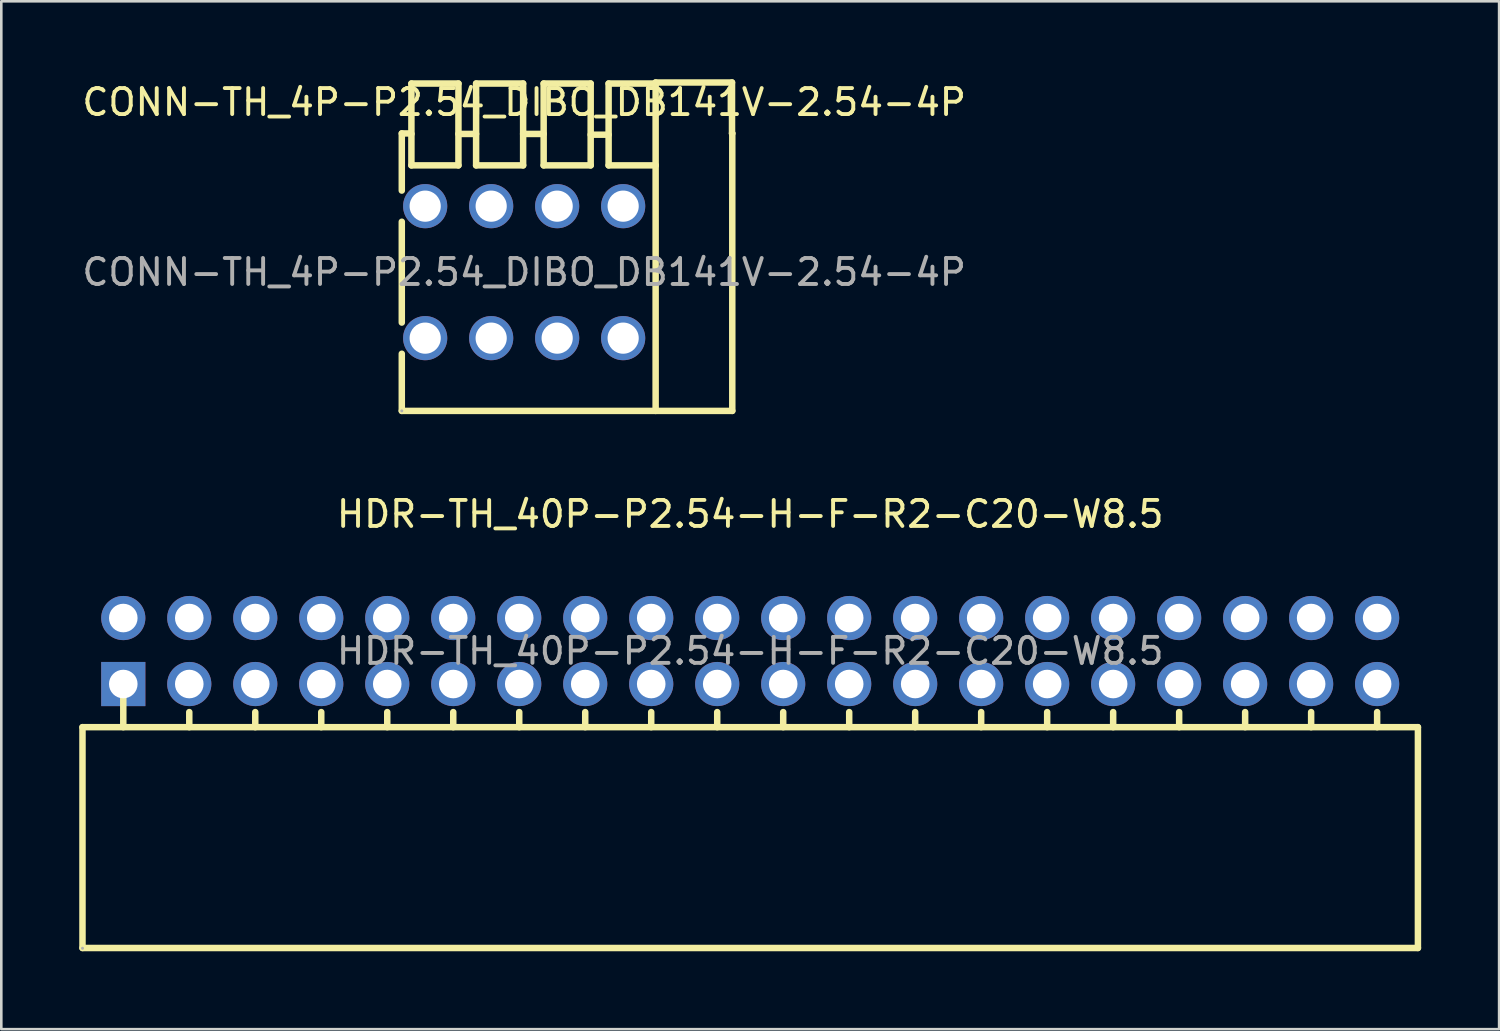
<source format=kicad_pcb>
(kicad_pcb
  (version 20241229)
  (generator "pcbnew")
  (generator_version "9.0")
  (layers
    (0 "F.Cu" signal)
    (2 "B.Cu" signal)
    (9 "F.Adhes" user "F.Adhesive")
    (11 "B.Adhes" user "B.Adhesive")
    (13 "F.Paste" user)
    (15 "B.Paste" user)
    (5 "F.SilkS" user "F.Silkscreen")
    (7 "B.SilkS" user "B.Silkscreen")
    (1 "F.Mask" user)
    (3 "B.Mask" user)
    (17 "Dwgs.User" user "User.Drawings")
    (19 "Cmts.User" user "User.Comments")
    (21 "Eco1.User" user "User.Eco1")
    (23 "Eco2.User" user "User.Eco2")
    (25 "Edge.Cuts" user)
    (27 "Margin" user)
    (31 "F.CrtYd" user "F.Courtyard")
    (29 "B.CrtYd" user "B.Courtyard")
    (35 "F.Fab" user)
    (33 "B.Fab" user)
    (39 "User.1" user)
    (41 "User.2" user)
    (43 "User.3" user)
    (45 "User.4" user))
  (footprint "CONN-TH_4P-P2.54_DIBO_DB141V-2.54-4P"
    (layer "F.Cu")
    (at 17.125 7.425)
    (property "Reference" "CONN-TH_4P-P2.54_DIBO_DB141V-2.54-4P" (at 0 -6.54 0) (layer "F.SilkS") (effects (font (size 1 1) (thickness 0.15))))
    (attr through_hole)
    (fp_line (start -4.71 -5.34) (end -4.36 -5.34) (stroke (width 0.25) (type solid)) (layer "F.SilkS"))
    (fp_line (start -4.71 -3.14) (end -4.71 -5.34) (stroke (width 0.25) (type solid)) (layer "F.SilkS"))
    (fp_line (start -4.71 1.94) (end -4.71 -1.94) (stroke (width 0.25) (type solid)) (layer "F.SilkS"))
    (fp_line (start -4.71 5.34) (end -4.71 3.14) (stroke (width 0.25) (type solid)) (layer "F.SilkS"))
    (fp_line (start -4.71 5.34) (end 8.01 5.34) (stroke (width 0.25) (type solid)) (layer "F.SilkS"))
    (fp_line (start -4.36 -5.34) (end -4.34 -5.32) (stroke (width 0.25) (type solid)) (layer "F.SilkS"))
    (fp_line (start -4.34 -7.26) (end -4.34 -4.11) (stroke (width 0.25) (type solid)) (layer "F.SilkS"))
    (fp_line (start -2.53 -7.26) (end -4.34 -7.26) (stroke (width 0.25) (type solid)) (layer "F.SilkS"))
    (fp_line (start -2.53 -7.26) (end -2.53 -4.11) (stroke (width 0.25) (type solid)) (layer "F.SilkS"))
    (fp_line (start -2.53 -5.32) (end -1.85 -5.32) (stroke (width 0.25) (type solid)) (layer "F.SilkS"))
    (fp_line (start -2.53 -4.11) (end -4.34 -4.11) (stroke (width 0.25) (type solid)) (layer "F.SilkS"))
    (fp_line (start -1.85 -7.26) (end -1.85 -4.11) (stroke (width 0.25) (type solid)) (layer "F.SilkS"))
    (fp_line (start -0.04 -7.26) (end -1.85 -7.26) (stroke (width 0.25) (type solid)) (layer "F.SilkS"))
    (fp_line (start -0.04 -7.26) (end -0.04 -4.11) (stroke (width 0.25) (type solid)) (layer "F.SilkS"))
    (fp_line (start -0.04 -5.32) (end 0.75 -5.32) (stroke (width 0.25) (type solid)) (layer "F.SilkS"))
    (fp_line (start -0.04 -4.11) (end -1.85 -4.11) (stroke (width 0.25) (type solid)) (layer "F.SilkS"))
    (fp_line (start 0.75 -7.26) (end 0.75 -4.11) (stroke (width 0.25) (type solid)) (layer "F.SilkS"))
    (fp_line (start 2.56 -7.26) (end 0.75 -7.26) (stroke (width 0.25) (type solid)) (layer "F.SilkS"))
    (fp_line (start 2.56 -7.26) (end 2.56 -4.11) (stroke (width 0.25) (type solid)) (layer "F.SilkS"))
    (fp_line (start 2.56 -5.29) (end 3.25 -5.29) (stroke (width 0.25) (type solid)) (layer "F.SilkS"))
    (fp_line (start 2.56 -4.11) (end 0.75 -4.11) (stroke (width 0.25) (type solid)) (layer "F.SilkS"))
    (fp_line (start 3.25 -7.26) (end 3.25 -4.11) (stroke (width 0.25) (type solid)) (layer "F.SilkS"))
    (fp_line (start 5.06 -7.3) (end 5.06 -7.26) (stroke (width 0.25) (type solid)) (layer "F.SilkS"))
    (fp_line (start 5.06 -7.26) (end 3.25 -7.26) (stroke (width 0.25) (type solid)) (layer "F.SilkS"))
    (fp_line (start 5.06 -7.26) (end 5.06 -4.11) (stroke (width 0.25) (type solid)) (layer "F.SilkS"))
    (fp_line (start 5.06 -4.11) (end 3.25 -4.11) (stroke (width 0.25) (type solid)) (layer "F.SilkS"))
    (fp_line (start 5.06 -4.11) (end 5.06 5.34) (stroke (width 0.25) (type solid)) (layer "F.SilkS"))
    (fp_line (start 8 -7.3) (end 5.06 -7.3) (stroke (width 0.25) (type solid)) (layer "F.SilkS"))
    (fp_line (start 8 -5.34) (end 8 -7.3) (stroke (width 0.25) (type solid)) (layer "F.SilkS"))
    (fp_line (start 8.01 -5.34) (end 8 -5.34) (stroke (width 0.25) (type solid)) (layer "F.SilkS"))
    (fp_line (start 8.01 -5.34) (end 8.01 5.34) (stroke (width 0.25) (type solid)) (layer "F.SilkS"))
    (fp_circle (center -4.71 5.34) (end -4.68 5.34) (stroke (width 0.06) (type solid)) (fill no) (layer "F.Fab"))
    (fp_text user "${REFERENCE}" (at 0 0 0) (layer "F.Fab") (effects (font (size 1 1) (thickness 0.15))))
    (pad "1" thru_hole circle (at -3.81 -2.54) (size 1.7 1.7) (drill 1.2) (layers "*.Cu" "*.Mask"))
    (pad "1" thru_hole circle (at -3.81 2.54) (size 1.7 1.7) (drill 1.2) (layers "*.Cu" "*.Mask"))
    (pad "2" thru_hole circle (at -1.27 -2.54) (size 1.7 1.7) (drill 1.2) (layers "*.Cu" "*.Mask"))
    (pad "2" thru_hole circle (at -1.27 2.54) (size 1.7 1.7) (drill 1.2) (layers "*.Cu" "*.Mask"))
    (pad "3" thru_hole circle (at 1.27 -2.54) (size 1.7 1.7) (drill 1.2) (layers "*.Cu" "*.Mask"))
    (pad "3" thru_hole circle (at 1.27 2.54) (size 1.7 1.7) (drill 1.2) (layers "*.Cu" "*.Mask"))
    (pad "4" thru_hole circle (at 3.81 -2.54) (size 1.7 1.7) (drill 1.2) (layers "*.Cu" "*.Mask"))
    (pad "4" thru_hole circle (at 3.81 2.54) (size 1.7 1.7) (drill 1.2) (layers "*.Cu" "*.Mask")))
  (footprint "HDR-TH_40P-P2.54-H-F-R2-C20-W8.5"
    (layer "F.Cu")
    (at 25.825 22.008)
    (property "Reference" "HDR-TH_40P-P2.54-H-F-R2-C20-W8.5" (at 0 -5.27 0) (layer "F.SilkS") (effects (font (size 1 1) (thickness 0.15))))
    (attr through_hole)
    (fp_line (start -25.7 2.93) (end 25.7 2.93) (stroke (width 0.25) (type solid)) (layer "F.SilkS"))
    (fp_line (start -25.7 11.43) (end -25.7 2.93) (stroke (width 0.25) (type solid)) (layer "F.SilkS"))
    (fp_line (start -25.7 11.43) (end 25.7 11.43) (stroke (width 0.25) (type solid)) (layer "F.SilkS"))
    (fp_line (start -24.13 1.4) (end -24.13 2.93) (stroke (width 0.25) (type solid)) (layer "F.SilkS"))
    (fp_line (start -21.59 2.35) (end -21.59 2.93) (stroke (width 0.25) (type solid)) (layer "F.SilkS"))
    (fp_line (start -19.05 2.35) (end -19.05 2.93) (stroke (width 0.25) (type solid)) (layer "F.SilkS"))
    (fp_line (start -16.51 2.35) (end -16.51 2.93) (stroke (width 0.25) (type solid)) (layer "F.SilkS"))
    (fp_line (start -13.97 2.35) (end -13.97 2.93) (stroke (width 0.25) (type solid)) (layer "F.SilkS"))
    (fp_line (start -11.43 2.35) (end -11.43 2.93) (stroke (width 0.25) (type solid)) (layer "F.SilkS"))
    (fp_line (start -8.89 2.35) (end -8.89 2.93) (stroke (width 0.25) (type solid)) (layer "F.SilkS"))
    (fp_line (start -6.35 2.35) (end -6.35 2.93) (stroke (width 0.25) (type solid)) (layer "F.SilkS"))
    (fp_line (start -3.81 2.35) (end -3.81 2.93) (stroke (width 0.25) (type solid)) (layer "F.SilkS"))
    (fp_line (start -1.27 2.35) (end -1.27 2.93) (stroke (width 0.25) (type solid)) (layer "F.SilkS"))
    (fp_line (start 1.27 2.35) (end 1.27 2.93) (stroke (width 0.25) (type solid)) (layer "F.SilkS"))
    (fp_line (start 3.81 2.35) (end 3.81 2.93) (stroke (width 0.25) (type solid)) (layer "F.SilkS"))
    (fp_line (start 6.35 2.35) (end 6.35 2.93) (stroke (width 0.25) (type solid)) (layer "F.SilkS"))
    (fp_line (start 8.89 2.35) (end 8.89 2.93) (stroke (width 0.25) (type solid)) (layer "F.SilkS"))
    (fp_line (start 11.43 2.35) (end 11.43 2.93) (stroke (width 0.25) (type solid)) (layer "F.SilkS"))
    (fp_line (start 13.97 2.35) (end 13.97 2.93) (stroke (width 0.25) (type solid)) (layer "F.SilkS"))
    (fp_line (start 16.51 2.35) (end 16.51 2.93) (stroke (width 0.25) (type solid)) (layer "F.SilkS"))
    (fp_line (start 19.05 2.35) (end 19.05 2.93) (stroke (width 0.25) (type solid)) (layer "F.SilkS"))
    (fp_line (start 21.59 2.35) (end 21.59 2.93) (stroke (width 0.25) (type solid)) (layer "F.SilkS"))
    (fp_line (start 24.13 2.35) (end 24.13 2.93) (stroke (width 0.25) (type solid)) (layer "F.SilkS"))
    (fp_line (start 25.7 11.43) (end 25.7 2.93) (stroke (width 0.25) (type solid)) (layer "F.SilkS"))
    (fp_circle (center -25.7 11.44) (end -25.67 11.44) (stroke (width 0.06) (type solid)) (fill no) (layer "F.Fab"))
    (fp_text user "${REFERENCE}" (at 0 0 0) (layer "F.Fab") (effects (font (size 1 1) (thickness 0.15))))
    (pad "1" thru_hole rect (at -24.13 1.27) (size 1.7 1.7) (drill 1.1) (layers "*.Cu" "*.Mask"))
    (pad "2" thru_hole circle (at -24.13 -1.27) (size 1.7 1.7) (drill 1.1) (layers "*.Cu" "*.Mask"))
    (pad "3" thru_hole circle (at -21.59 1.27) (size 1.7 1.7) (drill 1.1) (layers "*.Cu" "*.Mask"))
    (pad "4" thru_hole circle (at -21.59 -1.27) (size 1.7 1.7) (drill 1.1) (layers "*.Cu" "*.Mask"))
    (pad "5" thru_hole circle (at -19.05 1.27) (size 1.7 1.7) (drill 1.1) (layers "*.Cu" "*.Mask"))
    (pad "6" thru_hole circle (at -19.05 -1.27) (size 1.7 1.7) (drill 1.1) (layers "*.Cu" "*.Mask"))
    (pad "7" thru_hole circle (at -16.51 1.27) (size 1.7 1.7) (drill 1.1) (layers "*.Cu" "*.Mask"))
    (pad "8" thru_hole circle (at -16.51 -1.27) (size 1.7 1.7) (drill 1.1) (layers "*.Cu" "*.Mask"))
    (pad "9" thru_hole circle (at -13.97 1.27) (size 1.7 1.7) (drill 1.1) (layers "*.Cu" "*.Mask"))
    (pad "10" thru_hole circle (at -13.97 -1.27) (size 1.7 1.7) (drill 1.1) (layers "*.Cu" "*.Mask"))
    (pad "11" thru_hole circle (at -11.43 1.27) (size 1.7 1.7) (drill 1.1) (layers "*.Cu" "*.Mask"))
    (pad "12" thru_hole circle (at -11.43 -1.27) (size 1.7 1.7) (drill 1.1) (layers "*.Cu" "*.Mask"))
    (pad "13" thru_hole circle (at -8.89 1.27) (size 1.7 1.7) (drill 1.1) (layers "*.Cu" "*.Mask"))
    (pad "14" thru_hole circle (at -8.89 -1.27) (size 1.7 1.7) (drill 1.1) (layers "*.Cu" "*.Mask"))
    (pad "15" thru_hole circle (at -6.35 1.27) (size 1.7 1.7) (drill 1.1) (layers "*.Cu" "*.Mask"))
    (pad "16" thru_hole circle (at -6.35 -1.27) (size 1.7 1.7) (drill 1.1) (layers "*.Cu" "*.Mask"))
    (pad "17" thru_hole circle (at -3.81 1.27) (size 1.7 1.7) (drill 1.1) (layers "*.Cu" "*.Mask"))
    (pad "18" thru_hole circle (at -3.81 -1.27) (size 1.7 1.7) (drill 1.1) (layers "*.Cu" "*.Mask"))
    (pad "19" thru_hole circle (at -1.27 1.27) (size 1.7 1.7) (drill 1.1) (layers "*.Cu" "*.Mask"))
    (pad "20" thru_hole circle (at -1.27 -1.27) (size 1.7 1.7) (drill 1.1) (layers "*.Cu" "*.Mask"))
    (pad "21" thru_hole circle (at 1.27 1.27) (size 1.7 1.7) (drill 1.1) (layers "*.Cu" "*.Mask"))
    (pad "22" thru_hole circle (at 1.27 -1.27) (size 1.7 1.7) (drill 1.1) (layers "*.Cu" "*.Mask"))
    (pad "23" thru_hole circle (at 3.81 1.27) (size 1.7 1.7) (drill 1.1) (layers "*.Cu" "*.Mask"))
    (pad "24" thru_hole circle (at 3.81 -1.27) (size 1.7 1.7) (drill 1.1) (layers "*.Cu" "*.Mask"))
    (pad "25" thru_hole circle (at 6.35 1.27) (size 1.7 1.7) (drill 1.1) (layers "*.Cu" "*.Mask"))
    (pad "26" thru_hole circle (at 6.35 -1.27) (size 1.7 1.7) (drill 1.1) (layers "*.Cu" "*.Mask"))
    (pad "27" thru_hole circle (at 8.89 1.27) (size 1.7 1.7) (drill 1.1) (layers "*.Cu" "*.Mask"))
    (pad "28" thru_hole circle (at 8.89 -1.27) (size 1.7 1.7) (drill 1.1) (layers "*.Cu" "*.Mask"))
    (pad "29" thru_hole circle (at 11.43 1.27) (size 1.7 1.7) (drill 1.1) (layers "*.Cu" "*.Mask"))
    (pad "30" thru_hole circle (at 11.43 -1.27) (size 1.7 1.7) (drill 1.1) (layers "*.Cu" "*.Mask"))
    (pad "31" thru_hole circle (at 13.97 1.27) (size 1.7 1.7) (drill 1.1) (layers "*.Cu" "*.Mask"))
    (pad "32" thru_hole circle (at 13.97 -1.27) (size 1.7 1.7) (drill 1.1) (layers "*.Cu" "*.Mask"))
    (pad "33" thru_hole circle (at 16.51 1.27) (size 1.7 1.7) (drill 1.1) (layers "*.Cu" "*.Mask"))
    (pad "34" thru_hole circle (at 16.51 -1.27) (size 1.7 1.7) (drill 1.1) (layers "*.Cu" "*.Mask"))
    (pad "35" thru_hole circle (at 19.05 1.27) (size 1.7 1.7) (drill 1.1) (layers "*.Cu" "*.Mask"))
    (pad "36" thru_hole circle (at 19.05 -1.27) (size 1.7 1.7) (drill 1.1) (layers "*.Cu" "*.Mask"))
    (pad "37" thru_hole circle (at 21.59 1.27) (size 1.7 1.7) (drill 1.1) (layers "*.Cu" "*.Mask"))
    (pad "38" thru_hole circle (at 21.59 -1.27) (size 1.7 1.7) (drill 1.1) (layers "*.Cu" "*.Mask"))
    (pad "39" thru_hole circle (at 24.13 1.27) (size 1.7 1.7) (drill 1.1) (layers "*.Cu" "*.Mask"))
    (pad "40" thru_hole circle (at 24.13 -1.27) (size 1.7 1.7) (drill 1.1) (layers "*.Cu" "*.Mask")))
  (gr_rect
    (start -3 -3)
    (end 54.65 36.563)
    (stroke (width 0.1) (type default))
    (fill no)
    (layer "Edge.Cuts")))
</source>
